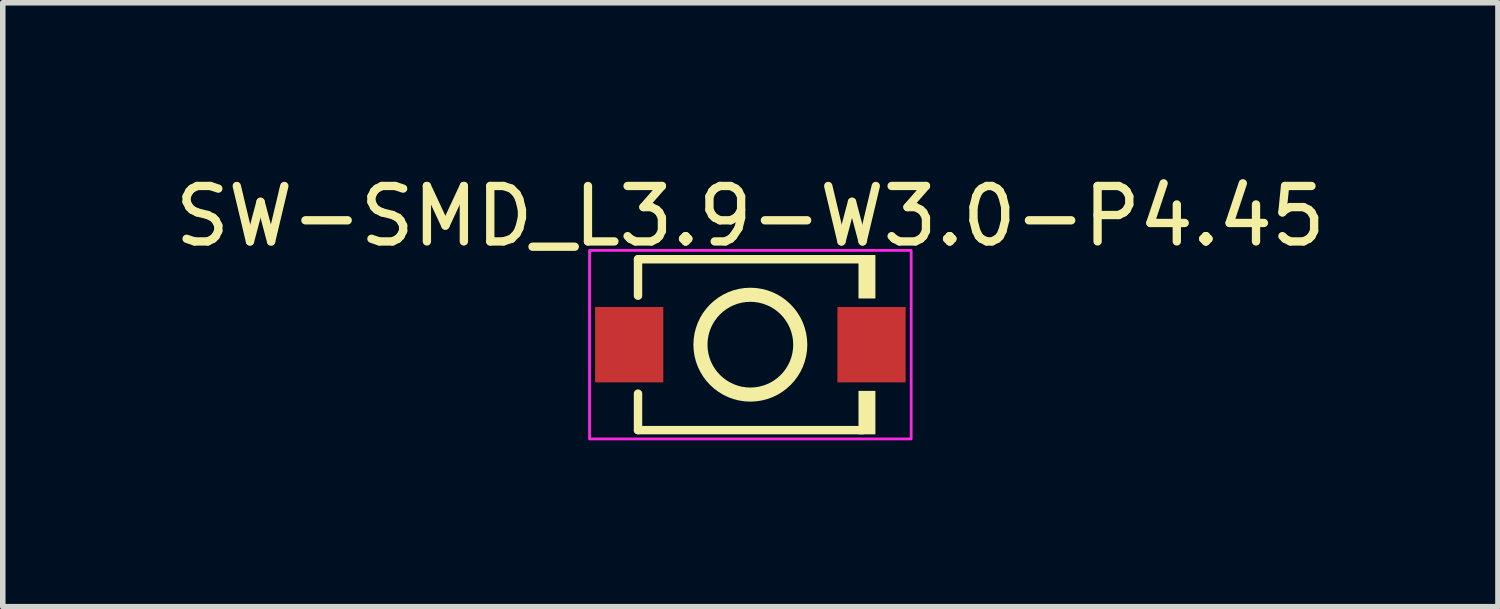
<source format=kicad_pcb>
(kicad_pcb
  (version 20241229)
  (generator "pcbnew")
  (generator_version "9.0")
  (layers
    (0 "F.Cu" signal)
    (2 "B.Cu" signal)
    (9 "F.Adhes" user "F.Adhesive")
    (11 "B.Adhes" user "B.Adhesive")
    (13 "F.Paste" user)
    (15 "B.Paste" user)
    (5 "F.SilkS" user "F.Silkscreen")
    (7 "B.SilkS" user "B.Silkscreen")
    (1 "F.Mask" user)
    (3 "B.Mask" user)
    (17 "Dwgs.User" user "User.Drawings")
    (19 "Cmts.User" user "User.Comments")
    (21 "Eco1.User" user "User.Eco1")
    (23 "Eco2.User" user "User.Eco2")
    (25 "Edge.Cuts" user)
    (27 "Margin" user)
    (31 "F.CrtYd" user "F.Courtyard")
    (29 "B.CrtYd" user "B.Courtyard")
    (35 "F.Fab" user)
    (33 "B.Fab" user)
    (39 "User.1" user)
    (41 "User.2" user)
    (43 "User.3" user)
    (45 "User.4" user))
  (footprint "SW-SMD_L3.9-W3.0-P4.45"
    (layer "F.Cu")
    (at 10.482 3.166)
    (property "Reference" "SW-SMD_L3.9-W3.0-P4.45" (at 0 -2.317 0) (layer "F.SilkS") (effects (font (size 1 1) (thickness 0.15))))
    (fp_line (start -2.026 -1.541) (end -2.026 -0.883) (stroke (width 0.152) (type default)) (layer "F.SilkS"))
    (fp_line (start -2.026 1.541) (end -2.026 0.883) (stroke (width 0.152) (type default)) (layer "F.SilkS"))
    (fp_line (start 2.026 -1.541) (end -2.026 -1.541) (stroke (width 0.152) (type default)) (layer "F.SilkS"))
    (fp_line (start 2.026 1.541) (end -2.026 1.541) (stroke (width 0.152) (type default)) (layer "F.SilkS"))
    (fp_circle (center 0 0) (end 0.9 0) (stroke (width 0.254) (type default)) (fill no) (layer "F.SilkS"))
    (fp_poly (pts (xy 1.95 -1.617) (xy 1.95 -0.833) (xy 2.255 -0.833) (xy 2.255 -1.617)) (stroke (width 0) (type default)) (fill yes) (layer "F.SilkS"))
    (fp_poly (pts (xy 1.95 1.617) (xy 1.95 0.833) (xy 2.255 0.833) (xy 2.255 1.617)) (stroke (width 0) (type default)) (fill yes) (layer "F.SilkS"))
    (fp_rect (start -2.9 -1.7) (end 2.9 1.7) (stroke (width 0.05) (type default)) (fill no) (layer "F.CrtYd"))
    (fp_poly (pts (xy -2.5 -0.65) (xy -2.5 0.65) (xy -1.6 0.65) (xy -1.6 -0.65)) (stroke (width 0.1) (type default)) (fill no) (layer "User.1"))
    (fp_poly (pts (xy 2.5 -0.65) (xy 2.5 0.65) (xy 1.6 0.65) (xy 1.6 -0.65)) (stroke (width 0.1) (type default)) (fill no) (layer "User.1"))
    (fp_line (start -1.95 -1.465) (end 1.95 -1.465) (stroke (width 0.051) (type default)) (layer "User.2"))
    (fp_line (start -1.95 1.465) (end -1.95 -1.465) (stroke (width 0.051) (type default)) (layer "User.2"))
    (fp_line (start 1.95 -1.465) (end 1.95 1.465) (stroke (width 0.051) (type default)) (layer "User.2"))
    (fp_line (start 1.95 1.465) (end -1.95 1.465) (stroke (width 0.051) (type default)) (layer "User.2"))
    (fp_poly (pts (xy 2.56 -1.465) (xy 2.542 -1.507) (xy 2.5 -1.525) (xy 2.458 -1.507) (xy 2.44 -1.465) (xy 2.458 -1.423) (xy 2.5 -1.405) (xy 2.542 -1.423)) (stroke (width 0.1) (type default)) (fill no) (layer "User.3"))
    (pad "1" smd rect (at -2.185 0) (size 1.23 1.36) (layers "F.Cu" "F.Mask" "F.Paste"))
    (pad "2" smd rect (at 2.185 0) (size 1.23 1.36) (layers "F.Cu" "F.Mask" "F.Paste")))
  (gr_rect
    (start -3 -3)
    (end 23.964 7.891)
    (stroke (width 0.1) (type default))
    (fill no)
    (layer "Edge.Cuts")))
</source>
